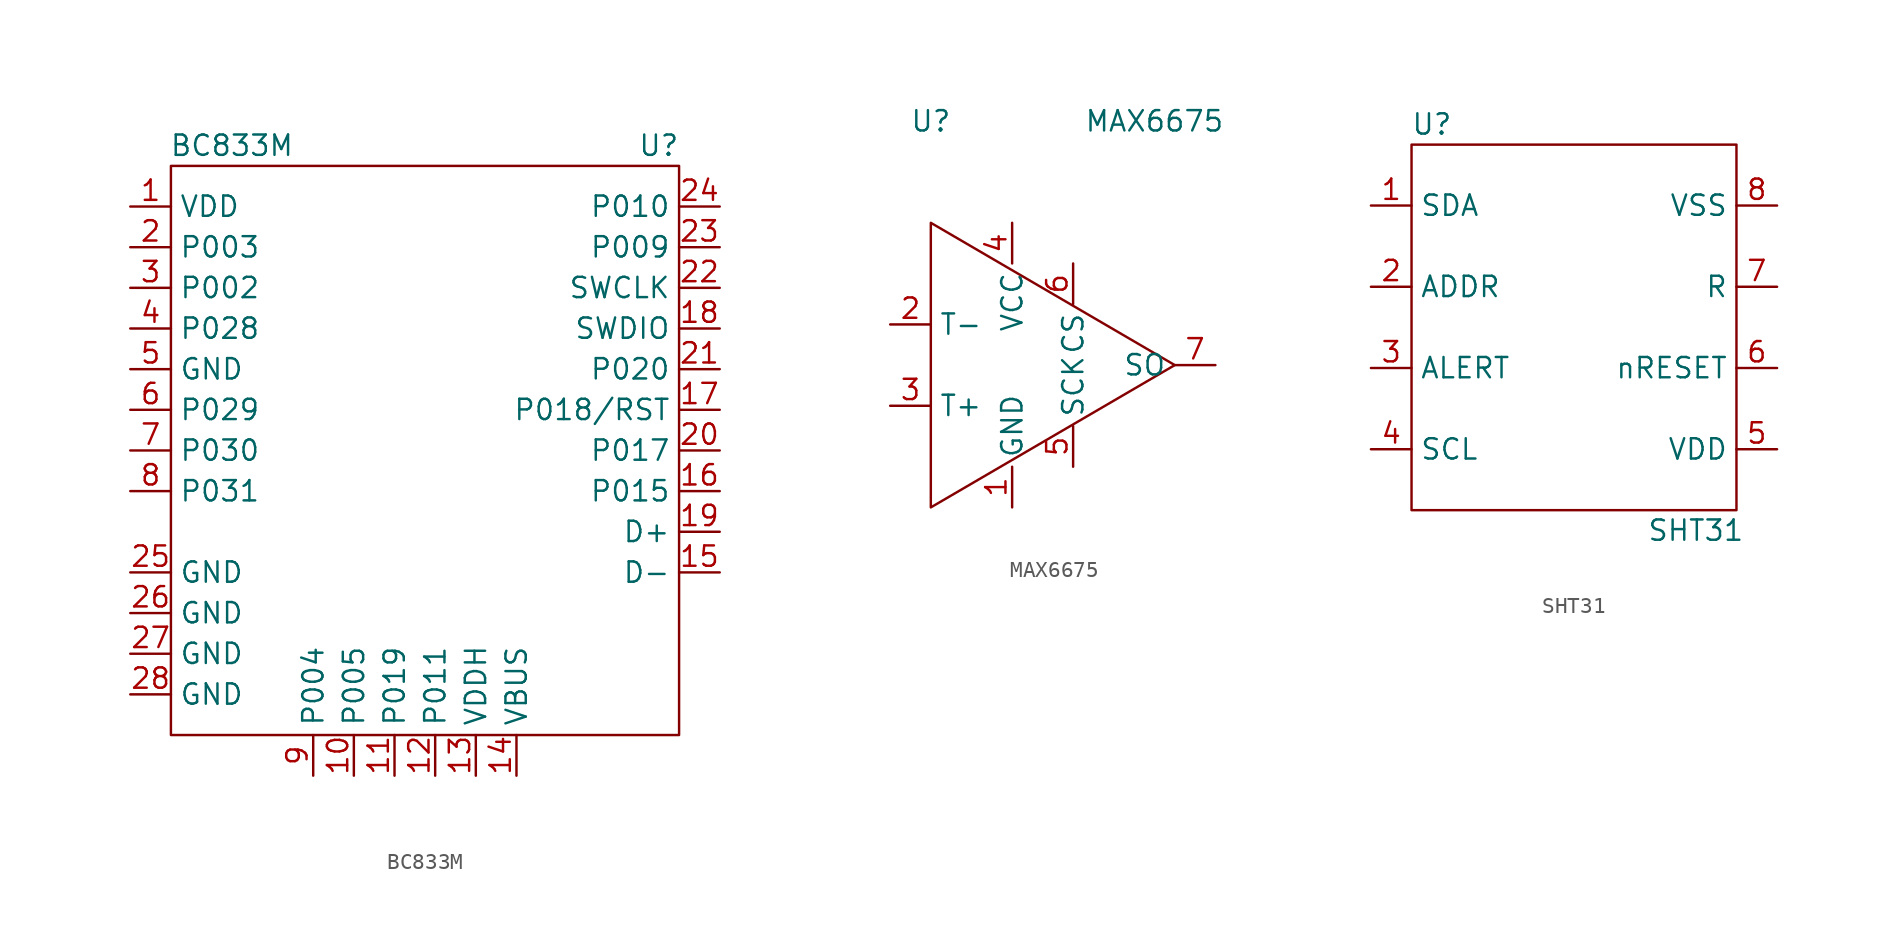
<source format=kicad_sym>
(kicad_symbol_lib
  (version 20211014)
  (generator kicad_symbol_editor)
  (symbol "BC833M"
    (property "Reference" "U"
      (at 15.24 21.59 0)
      (effects (font (size 1.27 1.27))))
    (property "Value" "BC833M"
      (at -11.43 21.59 0)
      (effects (font (size 1.27 1.27))))
    (symbol "BC833M_0_1"
      (rectangle (start -15.24 20.32) (end 16.51 -15.24) (stroke (width 0) (type default) (color 0 0 0 0)) (fill (type none))))
    (symbol "BC833M_1_1"
      (pin input line (at -17.78 17.78 0) (length 2.54) (name "VDD" (effects (font (size 1.27 1.27)))) (number "1" (effects (font (size 1.27 1.27)))))
      (pin input line (at -3.81 -17.78 90) (length 2.54) (name "P005" (effects (font (size 1.27 1.27)))) (number "10" (effects (font (size 1.27 1.27)))))
      (pin input line (at -1.27 -17.78 90) (length 2.54) (name "P019" (effects (font (size 1.27 1.27)))) (number "11" (effects (font (size 1.27 1.27)))))
      (pin input line (at 1.27 -17.78 90) (length 2.54) (name "P011" (effects (font (size 1.27 1.27)))) (number "12" (effects (font (size 1.27 1.27)))))
      (pin input line (at 3.81 -17.78 90) (length 2.54) (name "VDDH" (effects (font (size 1.27 1.27)))) (number "13" (effects (font (size 1.27 1.27)))))
      (pin input line (at 6.35 -17.78 90) (length 2.54) (name "VBUS" (effects (font (size 1.27 1.27)))) (number "14" (effects (font (size 1.27 1.27)))))
      (pin input line (at 19.05 -5.08 180) (length 2.54) (name "D-" (effects (font (size 1.27 1.27)))) (number "15" (effects (font (size 1.27 1.27)))))
      (pin input line (at 19.05 0 180) (length 2.54) (name "P015" (effects (font (size 1.27 1.27)))) (number "16" (effects (font (size 1.27 1.27)))))
      (pin input line (at 19.05 5.08 180) (length 2.54) (name "P018/RST" (effects (font (size 1.27 1.27)))) (number "17" (effects (font (size 1.27 1.27)))))
      (pin input line (at 19.05 10.16 180) (length 2.54) (name "SWDIO" (effects (font (size 1.27 1.27)))) (number "18" (effects (font (size 1.27 1.27)))))
      (pin input line (at 19.05 -2.54 180) (length 2.54) (name "D+" (effects (font (size 1.27 1.27)))) (number "19" (effects (font (size 1.27 1.27)))))
      (pin input line (at -17.78 15.24 0) (length 2.54) (name "P003" (effects (font (size 1.27 1.27)))) (number "2" (effects (font (size 1.27 1.27)))))
      (pin input line (at 19.05 2.54 180) (length 2.54) (name "P017" (effects (font (size 1.27 1.27)))) (number "20" (effects (font (size 1.27 1.27)))))
      (pin input line (at 19.05 7.62 180) (length 2.54) (name "P020" (effects (font (size 1.27 1.27)))) (number "21" (effects (font (size 1.27 1.27)))))
      (pin input line (at 19.05 12.7 180) (length 2.54) (name "SWCLK" (effects (font (size 1.27 1.27)))) (number "22" (effects (font (size 1.27 1.27)))))
      (pin input line (at 19.05 15.24 180) (length 2.54) (name "P009" (effects (font (size 1.27 1.27)))) (number "23" (effects (font (size 1.27 1.27)))))
      (pin input line (at 19.05 17.78 180) (length 2.54) (name "P010" (effects (font (size 1.27 1.27)))) (number "24" (effects (font (size 1.27 1.27)))))
      (pin input line (at -17.78 -5.08 0) (length 2.54) (name "GND" (effects (font (size 1.27 1.27)))) (number "25" (effects (font (size 1.27 1.27)))))
      (pin input line (at -17.78 -7.62 0) (length 2.54) (name "GND" (effects (font (size 1.27 1.27)))) (number "26" (effects (font (size 1.27 1.27)))))
      (pin input line (at -17.78 -10.16 0) (length 2.54) (name "GND" (effects (font (size 1.27 1.27)))) (number "27" (effects (font (size 1.27 1.27)))))
      (pin input line (at -17.78 -12.7 0) (length 2.54) (name "GND" (effects (font (size 1.27 1.27)))) (number "28" (effects (font (size 1.27 1.27)))))
      (pin input line (at -17.78 12.7 0) (length 2.54) (name "P002" (effects (font (size 1.27 1.27)))) (number "3" (effects (font (size 1.27 1.27)))))
      (pin input line (at -17.78 10.16 0) (length 2.54) (name "P028" (effects (font (size 1.27 1.27)))) (number "4" (effects (font (size 1.27 1.27)))))
      (pin input line (at -17.78 7.62 0) (length 2.54) (name "GND" (effects (font (size 1.27 1.27)))) (number "5" (effects (font (size 1.27 1.27)))))
      (pin input line (at -17.78 5.08 0) (length 2.54) (name "P029" (effects (font (size 1.27 1.27)))) (number "6" (effects (font (size 1.27 1.27)))))
      (pin input line (at -17.78 2.54 0) (length 2.54) (name "P030" (effects (font (size 1.27 1.27)))) (number "7" (effects (font (size 1.27 1.27)))))
      (pin input line (at -17.78 0 0) (length 2.54) (name "P031" (effects (font (size 1.27 1.27)))) (number "8" (effects (font (size 1.27 1.27)))))
      (pin input line (at -6.35 -17.78 90) (length 2.54) (name "P004" (effects (font (size 1.27 1.27)))) (number "9" (effects (font (size 1.27 1.27)))))))
  (symbol "MAX6675"
    (property "Reference" "U"
      (at -6.35 15.24 0)
      (effects (font (size 1.27 1.27))))
    (property "Value" "MAX6675"
      (at 7.62 15.24 0)
      (effects (font (size 1.27 1.27))))
    (symbol "MAX6675_0_1"
      (polyline (pts (xy -6.35 8.89) (xy -6.35 -8.89) (xy 8.89 0) (xy -6.35 8.89)) (stroke (width 0) (type default) (color 0 0 0 0)) (fill (type none))))
    (symbol "MAX6675_1_1"
      (pin input line (at -1.27 -8.89 90) (length 2.54) (name "GND" (effects (font (size 1.27 1.27)))) (number "1" (effects (font (size 1.27 1.27)))))
      (pin input line (at -8.89 2.54 0) (length 2.54) (name "T-" (effects (font (size 1.27 1.27)))) (number "2" (effects (font (size 1.27 1.27)))))
      (pin input line (at -8.89 -2.54 0) (length 2.54) (name "T+" (effects (font (size 1.27 1.27)))) (number "3" (effects (font (size 1.27 1.27)))))
      (pin input line (at -1.27 8.89 270) (length 2.54) (name "VCC" (effects (font (size 1.27 1.27)))) (number "4" (effects (font (size 1.27 1.27)))))
      (pin input line (at 2.54 -6.35 90) (length 2.54) (name "SCK" (effects (font (size 1.27 1.27)))) (number "5" (effects (font (size 1.27 1.27)))))
      (pin input line (at 2.54 6.35 270) (length 2.54) (name "CS" (effects (font (size 1.27 1.27)))) (number "6" (effects (font (size 1.27 1.27)))))
      (pin input line (at 11.43 0 180) (length 2.54) (name "SO" (effects (font (size 1.27 1.27)))) (number "7" (effects (font (size 1.27 1.27)))))))
  (symbol "SHT31"
    (property "Reference" "U"
      (at -8.89 12.7 0)
      (effects (font (size 1.27 1.27))))
    (property "Value" "SHT31"
      (at 7.62 -12.7 0)
      (effects (font (size 1.27 1.27))))
    (symbol "SHT31_0_1"
      (rectangle (start -10.16 11.43) (end 10.16 -11.43) (stroke (width 0) (type default) (color 0 0 0 0)) (fill (type none))))
    (symbol "SHT31_1_1"
      (pin input line (at -12.7 7.62 0) (length 2.54) (name "SDA" (effects (font (size 1.27 1.27)))) (number "1" (effects (font (size 1.27 1.27)))))
      (pin input line (at -12.7 2.54 0) (length 2.54) (name "ADDR" (effects (font (size 1.27 1.27)))) (number "2" (effects (font (size 1.27 1.27)))))
      (pin input line (at -12.7 -2.54 0) (length 2.54) (name "ALERT" (effects (font (size 1.27 1.27)))) (number "3" (effects (font (size 1.27 1.27)))))
      (pin input line (at -12.7 -7.62 0) (length 2.54) (name "SCL" (effects (font (size 1.27 1.27)))) (number "4" (effects (font (size 1.27 1.27)))))
      (pin input line (at 12.7 -7.62 180) (length 2.54) (name "VDD" (effects (font (size 1.27 1.27)))) (number "5" (effects (font (size 1.27 1.27)))))
      (pin input line (at 12.7 -2.54 180) (length 2.54) (name "nRESET" (effects (font (size 1.27 1.27)))) (number "6" (effects (font (size 1.27 1.27)))))
      (pin input line (at 12.7 2.54 180) (length 2.54) (name "R" (effects (font (size 1.27 1.27)))) (number "7" (effects (font (size 1.27 1.27)))))
      (pin input line (at 12.7 7.62 180) (length 2.54) (name "VSS" (effects (font (size 1.27 1.27)))) (number "8" (effects (font (size 1.27 1.27))))))))
</source>
